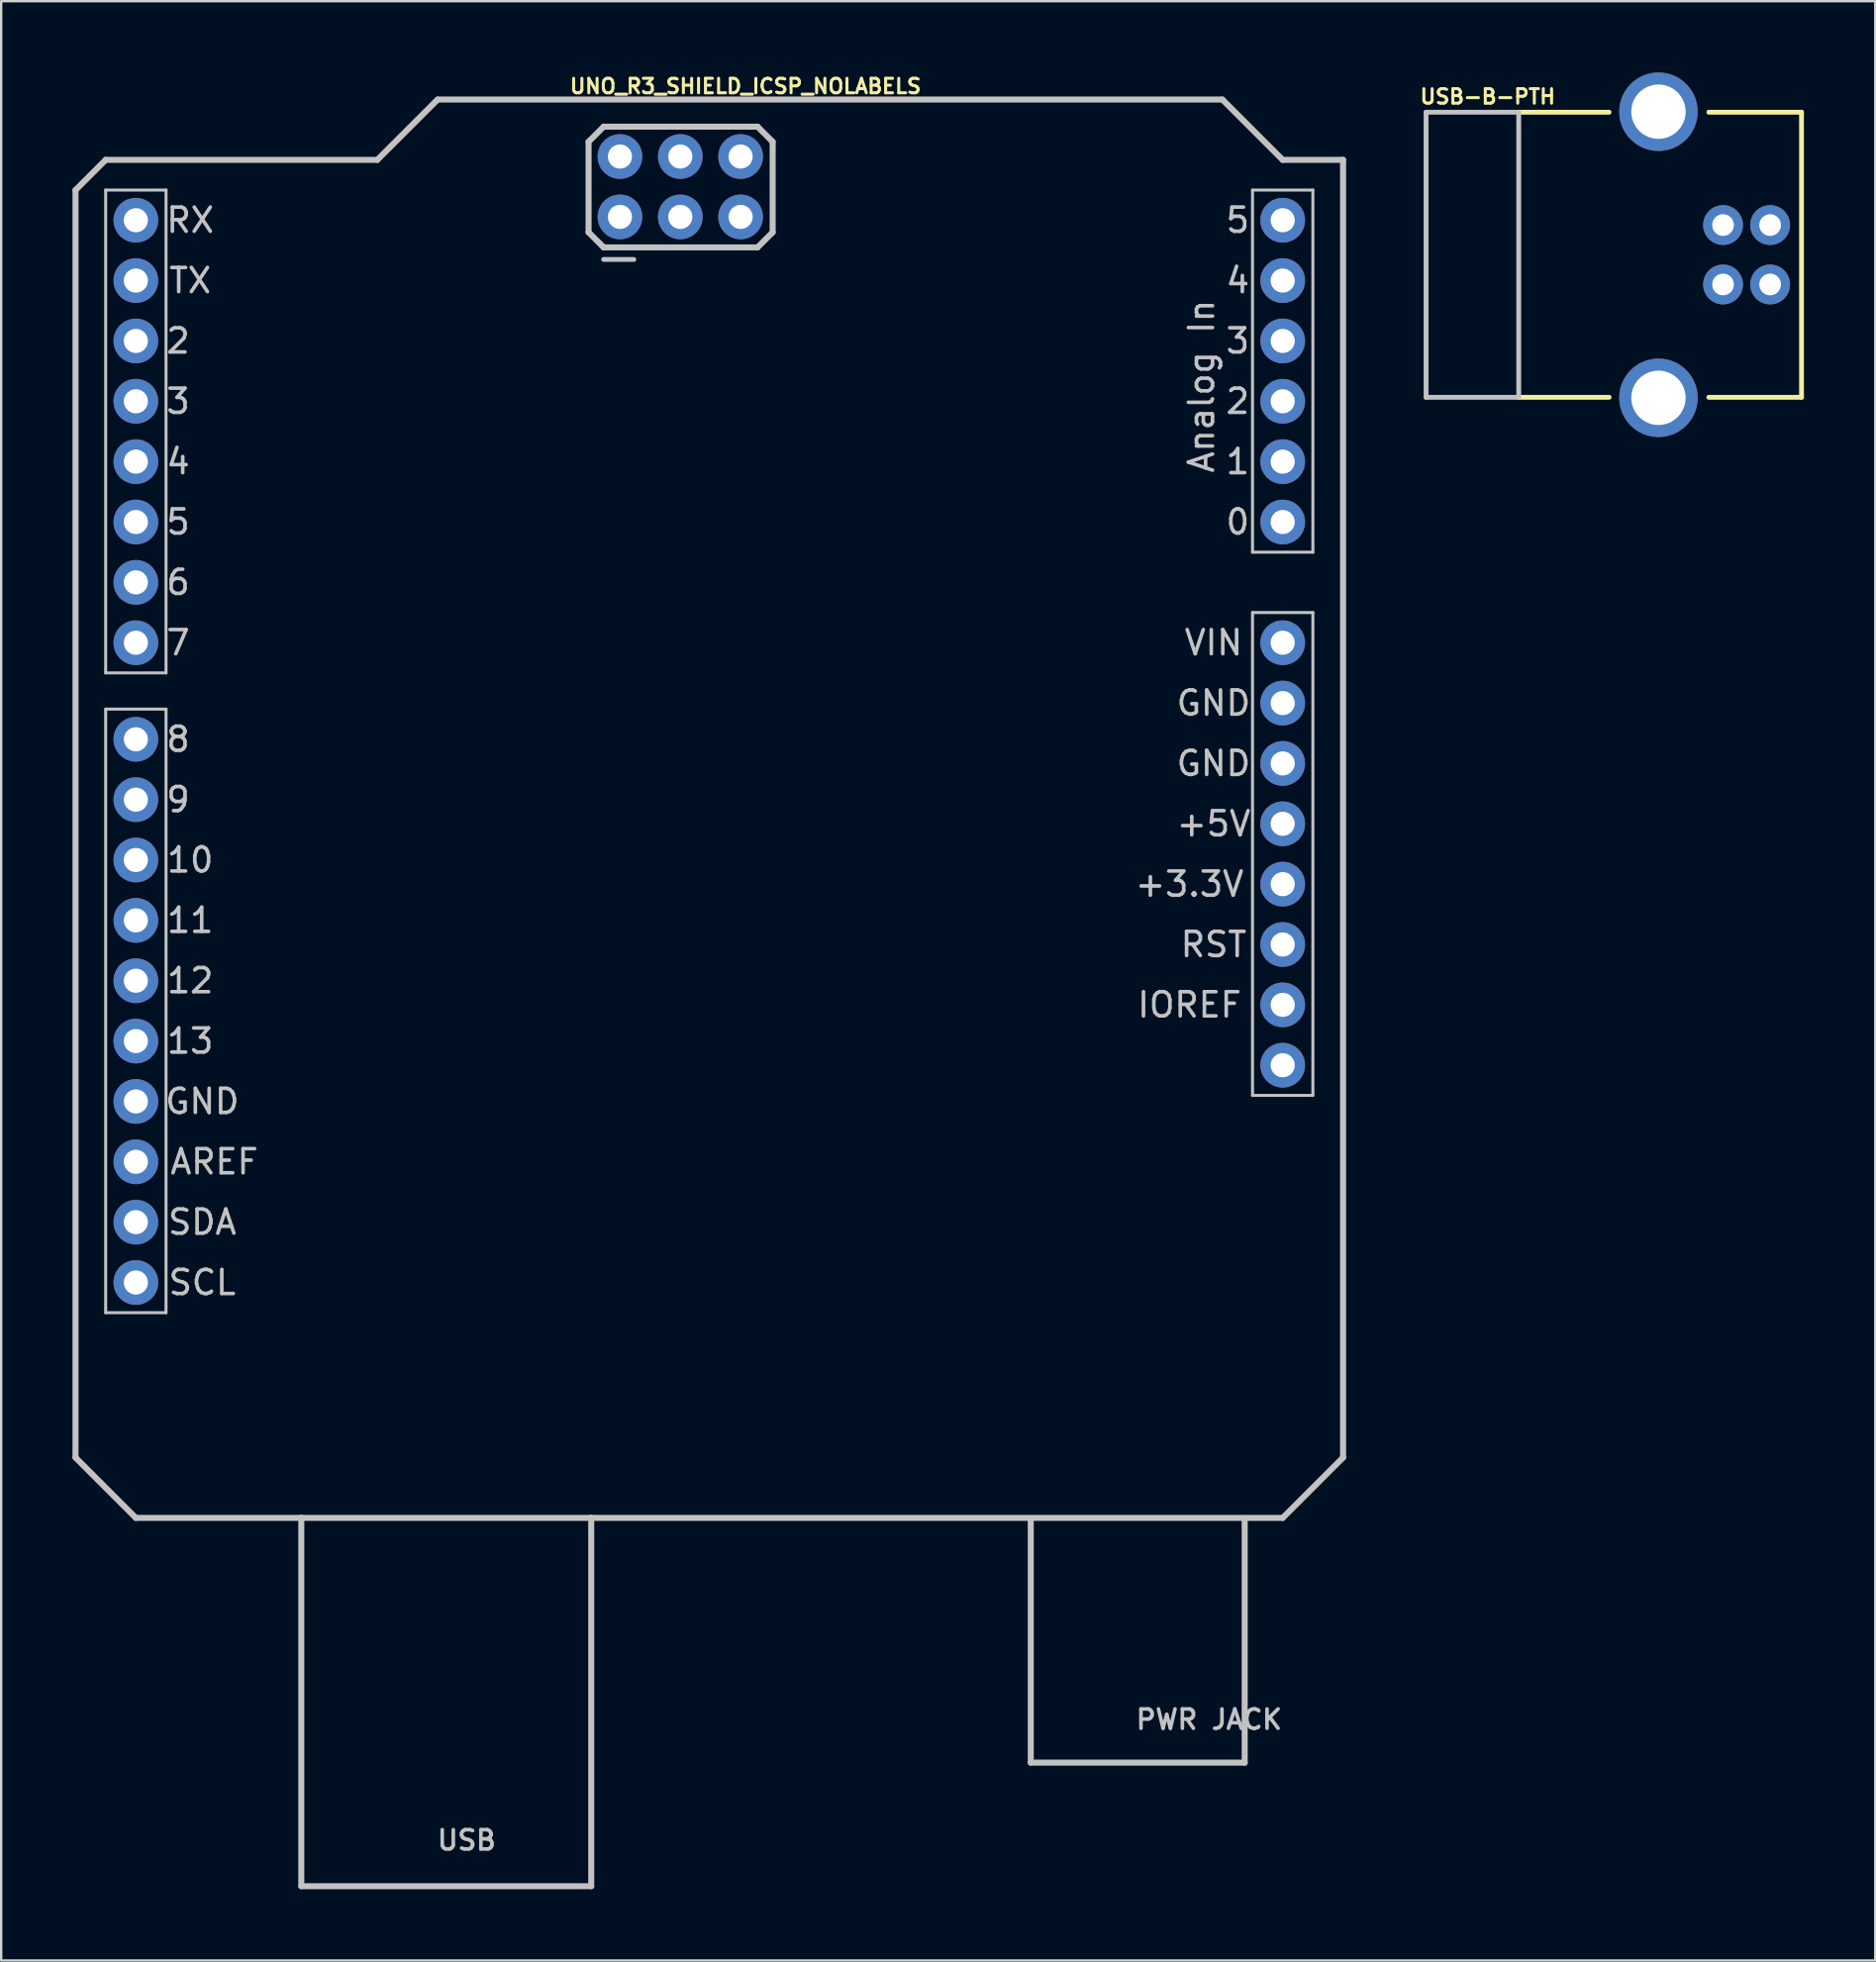
<source format=kicad_pcb>
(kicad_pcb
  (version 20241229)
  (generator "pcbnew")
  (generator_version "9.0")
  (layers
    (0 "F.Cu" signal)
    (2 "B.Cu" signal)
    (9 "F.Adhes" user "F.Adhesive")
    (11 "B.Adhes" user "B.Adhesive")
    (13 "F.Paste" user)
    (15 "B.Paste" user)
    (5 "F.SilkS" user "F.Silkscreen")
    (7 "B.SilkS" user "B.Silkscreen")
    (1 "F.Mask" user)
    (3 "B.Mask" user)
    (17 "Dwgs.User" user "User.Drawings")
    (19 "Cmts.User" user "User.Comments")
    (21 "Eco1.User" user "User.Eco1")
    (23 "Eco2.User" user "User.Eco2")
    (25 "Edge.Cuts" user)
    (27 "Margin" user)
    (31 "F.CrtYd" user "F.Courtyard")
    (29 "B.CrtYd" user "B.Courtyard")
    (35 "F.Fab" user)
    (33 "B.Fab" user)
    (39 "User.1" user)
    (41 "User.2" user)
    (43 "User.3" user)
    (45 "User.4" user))
  (footprint "UNO_R3_SHIELD_ICSP_NOLABELS"
    (layer "F.Cu")
    (at 26.797 30.348)
    (property "Reference" "UNO_R3_SHIELD_ICSP_NOLABELS" (at 1.524 -29.769 0) (layer "F.SilkS") (effects (font (size 0.61 0.61) (thickness 0.127))))
    (attr exclude_from_pos_files exclude_from_bom)
    (fp_line (start -26.67 -25.4) (end -26.67 27.94) (stroke (width 0.254) (type solid)) (layer "Dwgs.User"))
    (fp_line (start -26.67 27.94) (end -24.13 30.48) (stroke (width 0.254) (type solid)) (layer "Dwgs.User"))
    (fp_line (start -25.4 -26.67) (end -26.67 -25.4) (stroke (width 0.254) (type solid)) (layer "Dwgs.User"))
    (fp_line (start -25.4 -25.4) (end -22.86 -25.4) (stroke (width 0.127) (type solid)) (layer "Dwgs.User"))
    (fp_line (start -25.4 -5.08) (end -25.4 -25.4) (stroke (width 0.127) (type solid)) (layer "Dwgs.User"))
    (fp_line (start -25.4 -3.556) (end -22.86 -3.556) (stroke (width 0.127) (type solid)) (layer "Dwgs.User"))
    (fp_line (start -25.4 21.844) (end -25.4 -3.556) (stroke (width 0.127) (type solid)) (layer "Dwgs.User"))
    (fp_line (start -24.13 30.48) (end -17.168 30.48) (stroke (width 0.254) (type solid)) (layer "Dwgs.User"))
    (fp_line (start -22.86 -25.4) (end -22.86 -5.08) (stroke (width 0.127) (type solid)) (layer "Dwgs.User"))
    (fp_line (start -22.86 -5.08) (end -25.4 -5.08) (stroke (width 0.127) (type solid)) (layer "Dwgs.User"))
    (fp_line (start -22.86 -3.556) (end -22.86 21.844) (stroke (width 0.127) (type solid)) (layer "Dwgs.User"))
    (fp_line (start -22.86 21.844) (end -25.4 21.844) (stroke (width 0.127) (type solid)) (layer "Dwgs.User"))
    (fp_line (start -17.168 30.48) (end -4.968 30.48) (stroke (width 0.254) (type solid)) (layer "Dwgs.User"))
    (fp_line (start -17.168 45.979) (end -17.168 30.48) (stroke (width 0.254) (type solid)) (layer "Dwgs.User"))
    (fp_line (start -17.168 45.979) (end -4.968 45.979) (stroke (width 0.254) (type solid)) (layer "Dwgs.User"))
    (fp_line (start -13.97 -26.67) (end -25.4 -26.67) (stroke (width 0.254) (type solid)) (layer "Dwgs.User"))
    (fp_line (start -11.43 -29.21) (end -13.97 -26.67) (stroke (width 0.254) (type solid)) (layer "Dwgs.User"))
    (fp_line (start -5.08 -27.432) (end -4.445 -28.067) (stroke (width 0.254) (type solid)) (layer "Dwgs.User"))
    (fp_line (start -5.08 -23.622) (end -5.08 -27.432) (stroke (width 0.254) (type solid)) (layer "Dwgs.User"))
    (fp_line (start -4.968 30.48) (end 24.13 30.48) (stroke (width 0.254) (type solid)) (layer "Dwgs.User"))
    (fp_line (start -4.968 45.979) (end -4.968 30.48) (stroke (width 0.254) (type solid)) (layer "Dwgs.User"))
    (fp_line (start -4.445 -28.067) (end 2.032 -28.067) (stroke (width 0.254) (type solid)) (layer "Dwgs.User"))
    (fp_line (start -4.445 -22.987) (end -5.08 -23.622) (stroke (width 0.254) (type solid)) (layer "Dwgs.User"))
    (fp_line (start -3.175 -22.479) (end -4.445 -22.479) (stroke (width 0.203) (type solid)) (layer "Dwgs.User"))
    (fp_line (start 2.032 -28.067) (end 2.667 -27.432) (stroke (width 0.254) (type solid)) (layer "Dwgs.User"))
    (fp_line (start 2.032 -22.987) (end -4.445 -22.987) (stroke (width 0.254) (type solid)) (layer "Dwgs.User"))
    (fp_line (start 2.667 -27.432) (end 2.667 -23.622) (stroke (width 0.254) (type solid)) (layer "Dwgs.User"))
    (fp_line (start 2.667 -23.622) (end 2.032 -22.987) (stroke (width 0.254) (type solid)) (layer "Dwgs.User"))
    (fp_line (start 13.528 40.78) (end 13.528 30.579) (stroke (width 0.254) (type solid)) (layer "Dwgs.User"))
    (fp_line (start 13.528 40.78) (end 22.53 40.78) (stroke (width 0.254) (type solid)) (layer "Dwgs.User"))
    (fp_line (start 21.59 -29.21) (end -11.43 -29.21) (stroke (width 0.254) (type solid)) (layer "Dwgs.User"))
    (fp_line (start 22.53 40.78) (end 22.53 30.579) (stroke (width 0.254) (type solid)) (layer "Dwgs.User"))
    (fp_line (start 22.86 -25.4) (end 25.4 -25.4) (stroke (width 0.127) (type solid)) (layer "Dwgs.User"))
    (fp_line (start 22.86 -10.16) (end 22.86 -25.4) (stroke (width 0.127) (type solid)) (layer "Dwgs.User"))
    (fp_line (start 22.86 -7.62) (end 22.86 12.7) (stroke (width 0.127) (type solid)) (layer "Dwgs.User"))
    (fp_line (start 22.86 12.7) (end 25.4 12.7) (stroke (width 0.127) (type solid)) (layer "Dwgs.User"))
    (fp_line (start 24.13 -26.67) (end 21.59 -29.21) (stroke (width 0.254) (type solid)) (layer "Dwgs.User"))
    (fp_line (start 24.13 30.48) (end 26.67 27.94) (stroke (width 0.254) (type solid)) (layer "Dwgs.User"))
    (fp_line (start 25.4 -25.4) (end 25.4 -10.16) (stroke (width 0.127) (type solid)) (layer "Dwgs.User"))
    (fp_line (start 25.4 -10.16) (end 22.86 -10.16) (stroke (width 0.127) (type solid)) (layer "Dwgs.User"))
    (fp_line (start 25.4 -7.62) (end 22.86 -7.62) (stroke (width 0.127) (type solid)) (layer "Dwgs.User"))
    (fp_line (start 25.4 12.7) (end 25.4 -7.62) (stroke (width 0.127) (type solid)) (layer "Dwgs.User"))
    (fp_line (start 26.67 -26.67) (end 24.13 -26.67) (stroke (width 0.254) (type solid)) (layer "Dwgs.User"))
    (fp_line (start 26.67 27.94) (end 26.67 -26.67) (stroke (width 0.254) (type solid)) (layer "Dwgs.User"))
    (fp_text user "RX" (at -21.844 -24.13 0) (layer "Dwgs.User") (effects (font (size 1.016 1.016) (thickness 0.152))))
    (fp_text user "10" (at -21.844 2.794 0) (layer "Dwgs.User") (effects (font (size 1.016 1.016) (thickness 0.152))))
    (fp_text user "3" (at -22.352 -16.51 0) (layer "Dwgs.User") (effects (font (size 1.016 1.016) (thickness 0.152))))
    (fp_text user "7" (at -22.352 -6.35 0) (layer "Dwgs.User") (effects (font (size 1.016 1.016) (thickness 0.152))))
    (fp_text user "GND" (at -21.336 12.954 0) (layer "Dwgs.User") (effects (font (size 1.016 1.016) (thickness 0.152))))
    (fp_text user "+5V" (at 21.222 1.27 180) (layer "Dwgs.User") (effects (font (size 1.016 1.016) (thickness 0.152))))
    (fp_text user "4" (at 22.238 -21.59 180) (layer "Dwgs.User") (effects (font (size 1.016 1.016) (thickness 0.152))))
    (fp_text user "8" (at -22.352 -2.286 0) (layer "Dwgs.User") (effects (font (size 1.016 1.016) (thickness 0.152))))
    (fp_text user "IOREF" (at 20.206 8.89 180) (layer "Dwgs.User") (effects (font (size 1.016 1.016) (thickness 0.152))))
    (fp_text user "11" (at -21.844 5.334 0) (layer "Dwgs.User") (effects (font (size 1.016 1.016) (thickness 0.152))))
    (fp_text user "2" (at 22.238 -16.51 180) (layer "Dwgs.User") (effects (font (size 1.016 1.016) (thickness 0.152))))
    (fp_text user "TX" (at -21.844 -21.59 0) (layer "Dwgs.User") (effects (font (size 1.016 1.016) (thickness 0.152))))
    (fp_text user "AREF" (at -20.828 15.494 0) (layer "Dwgs.User") (effects (font (size 1.016 1.016) (thickness 0.152))))
    (fp_text user "VIN" (at 21.222 -6.35 180) (layer "Dwgs.User") (effects (font (size 1.016 1.016) (thickness 0.152))))
    (fp_text user "12" (at -21.844 7.874 0) (layer "Dwgs.User") (effects (font (size 1.016 1.016) (thickness 0.152))))
    (fp_text user "4" (at -22.352 -13.97 0) (layer "Dwgs.User") (effects (font (size 1.016 1.016) (thickness 0.152))))
    (fp_text user "RST" (at 21.222 6.35 180) (layer "Dwgs.User") (effects (font (size 1.016 1.016) (thickness 0.152))))
    (fp_text user "3" (at 22.238 -19.05 180) (layer "Dwgs.User") (effects (font (size 1.016 1.016) (thickness 0.152))))
    (fp_text user "USB" (at -10.211 44.044 0) (layer "Dwgs.User") (effects (font (size 0.813 0.813) (thickness 0.152))))
    (fp_text user "5" (at 22.238 -24.13 180) (layer "Dwgs.User") (effects (font (size 1.016 1.016) (thickness 0.152))))
    (fp_text user "2" (at -22.352 -19.05 0) (layer "Dwgs.User") (effects (font (size 1.016 1.016) (thickness 0.152))))
    (fp_text user "6" (at -22.352 -8.89 0) (layer "Dwgs.User") (effects (font (size 1.016 1.016) (thickness 0.152))))
    (fp_text user "GND" (at 21.222 -1.27 180) (layer "Dwgs.User") (effects (font (size 1.016 1.016) (thickness 0.152))))
    (fp_text user "+3.3V" (at 20.206 3.81 180) (layer "Dwgs.User") (effects (font (size 1.016 1.016) (thickness 0.152))))
    (fp_text user "0" (at 22.238 -11.43 180) (layer "Dwgs.User") (effects (font (size 1.016 1.016) (thickness 0.152))))
    (fp_text user "SDA" (at -21.336 18.034 0) (layer "Dwgs.User") (effects (font (size 1.016 1.016) (thickness 0.152))))
    (fp_text user "13" (at -21.844 10.414 0) (layer "Dwgs.User") (effects (font (size 1.016 1.016) (thickness 0.152))))
    (fp_text user "5" (at -22.352 -11.43 0) (layer "Dwgs.User") (effects (font (size 1.016 1.016) (thickness 0.152))))
    (fp_text user "SCL" (at -21.336 20.574 0) (layer "Dwgs.User") (effects (font (size 1.016 1.016) (thickness 0.152))))
    (fp_text user "9" (at -22.352 0.254 0) (layer "Dwgs.User") (effects (font (size 1.016 1.016) (thickness 0.152))))
    (fp_text user "PWR JACK" (at 21.031 38.964 0) (layer "Dwgs.User") (effects (font (size 0.813 0.813) (thickness 0.152))))
    (fp_text user "Analog In" (at 20.714 -17.145 270) (layer "Dwgs.User") (effects (font (size 1.016 1.016) (thickness 0.152))))
    (fp_text user "GND" (at 21.222 -3.81 180) (layer "Dwgs.User") (effects (font (size 1.016 1.016) (thickness 0.152))))
    (fp_text user "1" (at 22.238 -13.97 180) (layer "Dwgs.User") (effects (font (size 1.016 1.016) (thickness 0.152))))
    (pad "3.3V" thru_hole circle (at 24.13 3.81) (size 1.88 1.88) (drill 1.016) (layers "*.Cu" "*.Paste" "*.Mask"))
    (pad "5V" thru_hole circle (at 24.13 1.27) (size 1.88 1.88) (drill 1.016) (layers "*.Cu" "*.Paste" "*.Mask"))
    (pad "5V_I" thru_hole circle (at -3.759 -26.81) (size 1.88 1.88) (drill 1.016) (layers "*.Cu" "*.Paste" "*.Mask"))
    (pad "A0" thru_hole circle (at 24.13 -11.43) (size 1.88 1.88) (drill 1.016) (layers "*.Cu" "*.Paste" "*.Mask"))
    (pad "A1" thru_hole circle (at 24.13 -13.97) (size 1.88 1.88) (drill 1.016) (layers "*.Cu" "*.Paste" "*.Mask"))
    (pad "A2" thru_hole circle (at 24.13 -16.51) (size 1.88 1.88) (drill 1.016) (layers "*.Cu" "*.Paste" "*.Mask"))
    (pad "A3" thru_hole circle (at 24.13 -19.05) (size 1.88 1.88) (drill 1.016) (layers "*.Cu" "*.Paste" "*.Mask"))
    (pad "A4" thru_hole circle (at 24.13 -21.59) (size 1.88 1.88) (drill 1.016) (layers "*.Cu" "*.Paste" "*.Mask"))
    (pad "A5" thru_hole circle (at 24.13 -24.13) (size 1.88 1.88) (drill 1.016) (layers "*.Cu" "*.Paste" "*.Mask"))
    (pad "AREF" thru_hole circle (at -24.13 15.494) (size 1.88 1.88) (drill 1.016) (layers "*.Cu" "*.Paste" "*.Mask"))
    (pad "D2" thru_hole circle (at -24.13 -19.05) (size 1.88 1.88) (drill 1.016) (layers "*.Cu" "*.Paste" "*.Mask"))
    (pad "D3" thru_hole circle (at -24.13 -16.51) (size 1.88 1.88) (drill 1.016) (layers "*.Cu" "*.Paste" "*.Mask"))
    (pad "D4" thru_hole circle (at -24.13 -13.97) (size 1.88 1.88) (drill 1.016) (layers "*.Cu" "*.Paste" "*.Mask"))
    (pad "D5" thru_hole circle (at -24.13 -11.43) (size 1.88 1.88) (drill 1.016) (layers "*.Cu" "*.Paste" "*.Mask"))
    (pad "D6" thru_hole circle (at -24.13 -8.89) (size 1.88 1.88) (drill 1.016) (layers "*.Cu" "*.Paste" "*.Mask"))
    (pad "D7" thru_hole circle (at -24.13 -6.35) (size 1.88 1.88) (drill 1.016) (layers "*.Cu" "*.Paste" "*.Mask"))
    (pad "D8" thru_hole circle (at -24.13 -2.286) (size 1.88 1.88) (drill 1.016) (layers "*.Cu" "*.Paste" "*.Mask"))
    (pad "D9" thru_hole circle (at -24.13 0.254) (size 1.88 1.88) (drill 1.016) (layers "*.Cu" "*.Paste" "*.Mask"))
    (pad "D10" thru_hole circle (at -24.13 2.794) (size 1.88 1.88) (drill 1.016) (layers "*.Cu" "*.Paste" "*.Mask"))
    (pad "D11" thru_hole circle (at -24.13 5.334) (size 1.88 1.88) (drill 1.016) (layers "*.Cu" "*.Paste" "*.Mask"))
    (pad "D12" thru_hole circle (at -24.13 7.874) (size 1.88 1.88) (drill 1.016) (layers "*.Cu" "*.Paste" "*.Mask"))
    (pad "D13" thru_hole circle (at -24.13 10.414) (size 1.88 1.88) (drill 1.016) (layers "*.Cu" "*.Paste" "*.Mask"))
    (pad "GND@" thru_hole circle (at -24.13 12.954) (size 1.88 1.88) (drill 1.016) (layers "*.Cu" "*.Paste" "*.Mask"))
    (pad "GND@" thru_hole circle (at 24.13 -3.81) (size 1.88 1.88) (drill 1.016) (layers "*.Cu" "*.Paste" "*.Mask"))
    (pad "GND@" thru_hole circle (at 24.13 -1.27) (size 1.88 1.88) (drill 1.016) (layers "*.Cu" "*.Paste" "*.Mask"))
    (pad "GND_" thru_hole circle (at 1.318 -26.81) (size 1.88 1.88) (drill 1.016) (layers "*.Cu" "*.Paste" "*.Mask"))
    (pad "IORE" thru_hole circle (at 24.13 8.89) (size 1.88 1.88) (drill 1.016) (layers "*.Cu" "*.Paste" "*.Mask"))
    (pad "MISO" thru_hole circle (at -3.759 -24.27) (size 1.88 1.88) (drill 1.016) (layers "*.Cu" "*.Paste" "*.Mask"))
    (pad "MOSI" thru_hole circle (at -1.219 -26.81) (size 1.88 1.88) (drill 1.016) (layers "*.Cu" "*.Paste" "*.Mask"))
    (pad "NC" thru_hole circle (at 24.13 11.43) (size 1.88 1.88) (drill 1.016) (layers "*.Cu" "*.Paste" "*.Mask"))
    (pad "RES" thru_hole circle (at 24.13 6.35) (size 1.88 1.88) (drill 1.016) (layers "*.Cu" "*.Paste" "*.Mask"))
    (pad "RST_" thru_hole circle (at 1.318 -24.27) (size 1.88 1.88) (drill 1.016) (layers "*.Cu" "*.Paste" "*.Mask"))
    (pad "RX" thru_hole circle (at -24.13 -24.13) (size 1.88 1.88) (drill 1.016) (layers "*.Cu" "*.Paste" "*.Mask"))
    (pad "SCK" thru_hole circle (at -1.219 -24.27) (size 1.88 1.88) (drill 1.016) (layers "*.Cu" "*.Paste" "*.Mask"))
    (pad "SCL" thru_hole circle (at -24.13 20.574) (size 1.88 1.88) (drill 1.016) (layers "*.Cu" "*.Paste" "*.Mask"))
    (pad "SDA" thru_hole circle (at -24.13 18.034) (size 1.88 1.88) (drill 1.016) (layers "*.Cu" "*.Paste" "*.Mask"))
    (pad "TX" thru_hole circle (at -24.13 -21.59) (size 1.88 1.88) (drill 1.016) (layers "*.Cu" "*.Paste" "*.Mask"))
    (pad "VIN" thru_hole circle (at 24.13 -6.35) (size 1.88 1.88) (drill 1.016) (layers "*.Cu" "*.Paste" "*.Mask")))
  (footprint "USB-B-PTH"
    (layer "F.Cu")
    (at 65.459 7.671)
    (property "Reference" "USB-B-PTH" (at -5.905 -6.655 0) (layer "F.SilkS") (effects (font (size 0.61 0.61) (thickness 0.127))))
    (attr exclude_from_pos_files exclude_from_bom)
    (fp_line (start -4.6 -5.999) (end -0.798 -5.999) (stroke (width 0.203) (type solid)) (layer "F.SilkS"))
    (fp_line (start -4.6 5.999) (end -0.798 5.999) (stroke (width 0.203) (type solid)) (layer "F.SilkS"))
    (fp_line (start 3.399 5.999) (end 7.3 5.999) (stroke (width 0.203) (type solid)) (layer "F.SilkS"))
    (fp_line (start 7.3 -5.999) (end 3.399 -5.999) (stroke (width 0.203) (type solid)) (layer "F.SilkS"))
    (fp_line (start 7.3 5.999) (end 7.3 -5.999) (stroke (width 0.203) (type solid)) (layer "F.SilkS"))
    (fp_line (start -8.499 -5.999) (end -4.6 -5.999) (stroke (width 0.203) (type solid)) (layer "Dwgs.User"))
    (fp_line (start -8.499 5.999) (end -8.499 -5.999) (stroke (width 0.203) (type solid)) (layer "Dwgs.User"))
    (fp_line (start -4.6 -5.999) (end -4.6 5.999) (stroke (width 0.203) (type solid)) (layer "Dwgs.User"))
    (fp_line (start -4.6 5.999) (end -8.499 5.999) (stroke (width 0.203) (type solid)) (layer "Dwgs.User"))
    (pad "D+" thru_hole circle (at 3.998 -1.25) (size 1.676 1.676) (drill 0.914) (layers "*.Cu" "*.Paste" "*.Mask"))
    (pad "D-" thru_hole circle (at 5.979 -1.25) (size 1.676 1.676) (drill 0.914) (layers "*.Cu" "*.Paste" "*.Mask"))
    (pad "GND" thru_hole circle (at 3.998 1.25) (size 1.676 1.676) (drill 0.914) (layers "*.Cu" "*.Paste" "*.Mask"))
    (pad "SHLD" thru_hole circle (at 1.28 -6.02) (size 3.302 3.302) (drill 2.286) (layers "*.Cu" "*.Paste" "*.Mask"))
    (pad "SHLD" thru_hole circle (at 1.28 6.02) (size 3.302 3.302) (drill 2.286) (layers "*.Cu" "*.Paste" "*.Mask"))
    (pad "VBUS" thru_hole circle (at 5.979 1.25) (size 1.676 1.676) (drill 0.914) (layers "*.Cu" "*.Paste" "*.Mask")))
  (gr_rect
    (start -3 -3)
    (end 75.861 79.454)
    (stroke (width 0.1) (type default))
    (fill no)
    (layer "Edge.Cuts")))
</source>
